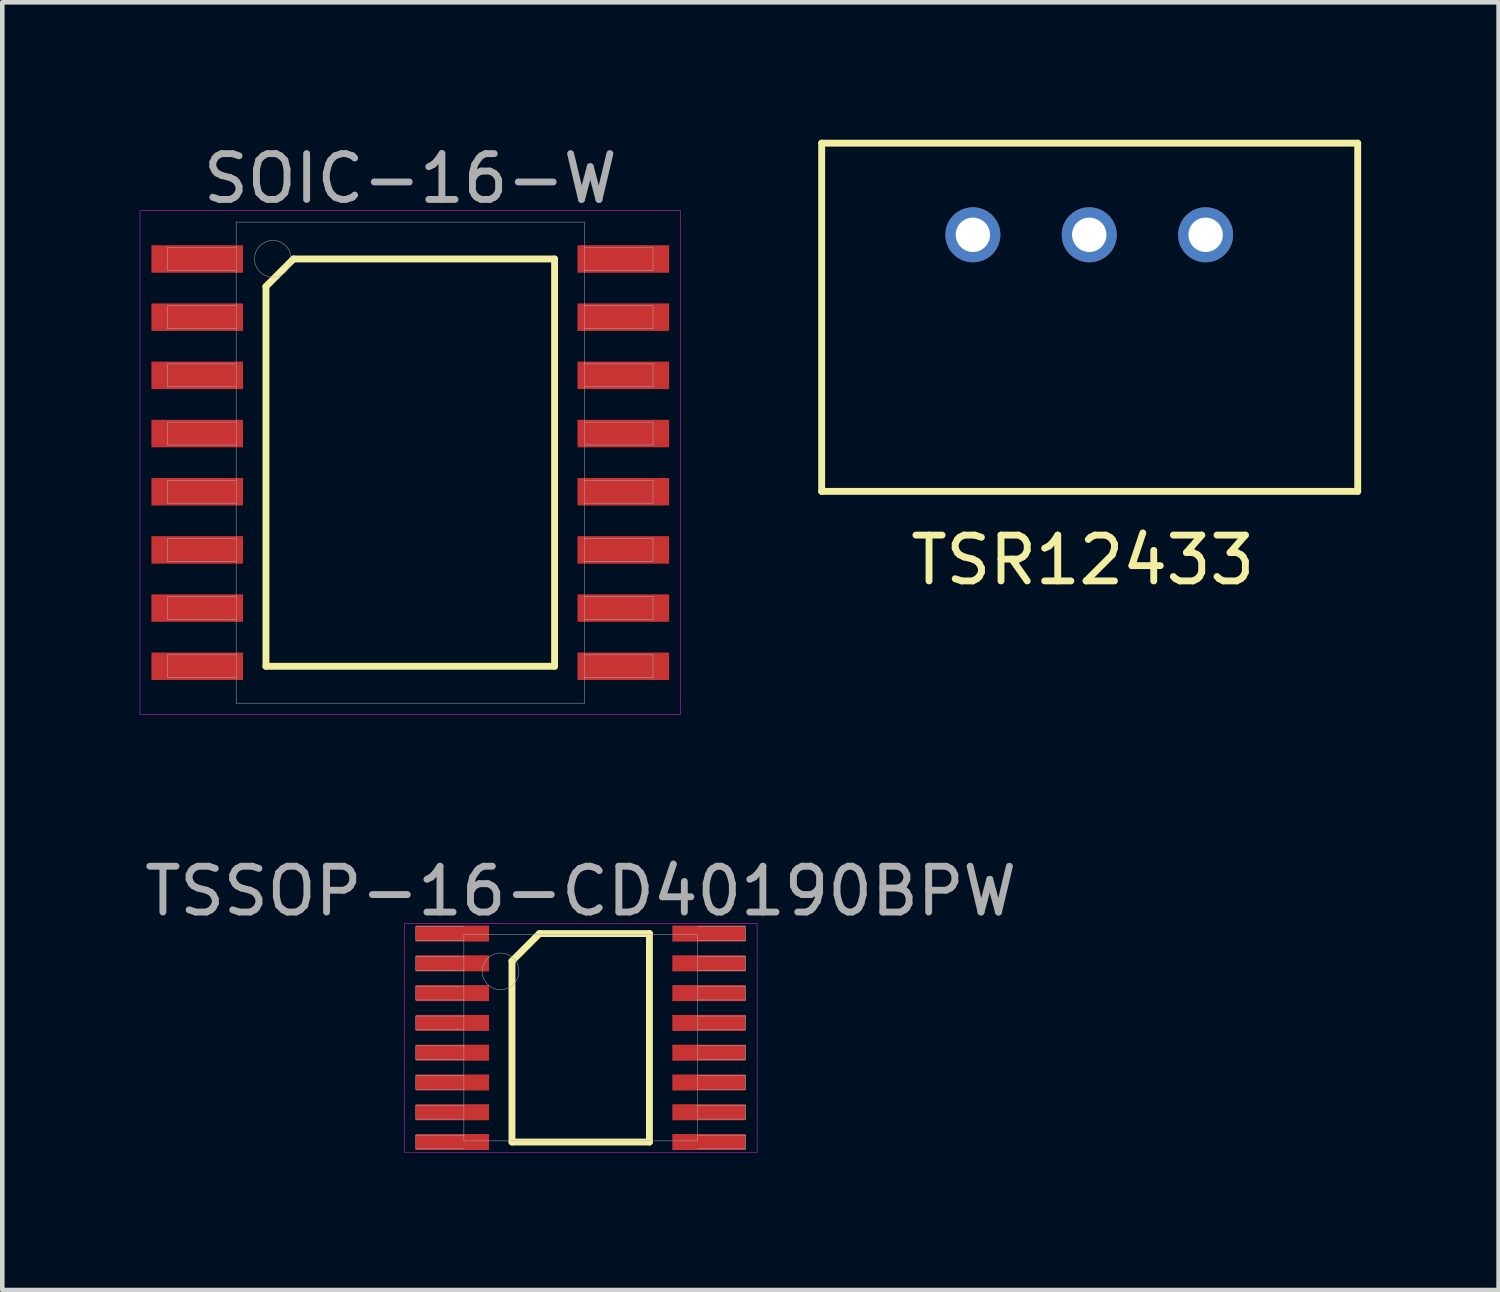
<source format=kicad_pcb>
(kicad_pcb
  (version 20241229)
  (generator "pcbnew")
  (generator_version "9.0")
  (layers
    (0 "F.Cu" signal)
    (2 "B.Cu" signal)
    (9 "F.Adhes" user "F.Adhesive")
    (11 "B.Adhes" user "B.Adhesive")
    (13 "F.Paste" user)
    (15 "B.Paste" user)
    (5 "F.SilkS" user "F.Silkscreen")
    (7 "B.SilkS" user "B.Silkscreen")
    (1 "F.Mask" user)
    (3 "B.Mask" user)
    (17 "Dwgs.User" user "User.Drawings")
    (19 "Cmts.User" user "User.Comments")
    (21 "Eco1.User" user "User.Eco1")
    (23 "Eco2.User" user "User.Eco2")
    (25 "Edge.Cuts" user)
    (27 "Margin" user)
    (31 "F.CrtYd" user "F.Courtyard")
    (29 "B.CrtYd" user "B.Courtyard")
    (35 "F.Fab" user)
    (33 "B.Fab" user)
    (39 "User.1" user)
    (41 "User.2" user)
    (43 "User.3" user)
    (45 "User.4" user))
  (footprint "TSR12433"
    (layer "F.Cu")
    (at 20.585 7.875)
    (property "Reference" "TSR12433" (at 0 1.3 0) (layer "F.SilkS") (effects (font (size 1 1) (thickness 0.15))))
    (attr through_hole)
    (fp_line (start -5.7 -7.8) (end 6 -7.8) (stroke (width 0.15) (type solid)) (layer "F.SilkS"))
    (fp_line (start -5.7 -0.2) (end -5.7 -7.8) (stroke (width 0.15) (type solid)) (layer "F.SilkS"))
    (fp_line (start -5.7 -0.2) (end 6 -0.2) (stroke (width 0.15) (type solid)) (layer "F.SilkS"))
    (fp_line (start 6 -7.8) (end 6 -0.2) (stroke (width 0.15) (type solid)) (layer "F.SilkS"))
    (pad "1" thru_hole circle (at -2.4 -5.8) (size 1.2 1.2) (drill 0.75) (layers "*.Cu" "*.Mask"))
    (pad "2" thru_hole circle (at 0.14 -5.8) (size 1.2 1.2) (drill 0.75) (layers "*.Cu" "*.Mask"))
    (pad "3" thru_hole circle (at 2.68 -5.8) (size 1.2 1.2) (drill 0.75) (layers "*.Cu" "*.Mask")))
  (footprint "TSSOP-16-CD40190BPW"
    (layer "F.Cu")
    (at 9.625 19.602)
    (property "Reference" "TSSOP-16-CD40190BPW" (at 0 -3.2 0) (layer "F.Fab") (effects (font (size 1 1) (thickness 0.15))))
    (attr through_hole)
    (fp_line (start -1.5 -1.675) (end -0.9 -2.275) (stroke (width 0.15) (type solid)) (layer "F.SilkS"))
    (fp_line (start -1.5 2.275) (end -1.5 -1.675) (stroke (width 0.15) (type solid)) (layer "F.SilkS"))
    (fp_line (start -0.9 -2.275) (end 1.5 -2.275) (stroke (width 0.15) (type solid)) (layer "F.SilkS"))
    (fp_line (start 1.5 -2.275) (end 1.5 2.275) (stroke (width 0.15) (type solid)) (layer "F.SilkS"))
    (fp_line (start 1.5 2.275) (end -1.5 2.275) (stroke (width 0.15) (type solid)) (layer "F.SilkS"))
    (fp_line (start -3.85 -2.5) (end 3.85 -2.5) (stroke (width 0.01) (type solid)) (layer "F.CrtYd"))
    (fp_line (start -3.85 2.5) (end -3.85 -2.5) (stroke (width 0.01) (type solid)) (layer "F.CrtYd"))
    (fp_line (start 3.85 -2.5) (end 3.85 2.5) (stroke (width 0.01) (type solid)) (layer "F.CrtYd"))
    (fp_line (start 3.85 2.5) (end -3.85 2.5) (stroke (width 0.01) (type solid)) (layer "F.CrtYd"))
    (fp_line (start -3.6 -2.425) (end -2.55 -2.425) (stroke (width 0.01) (type solid)) (layer "F.Fab"))
    (fp_line (start -3.6 -2.125) (end -3.6 -2.425) (stroke (width 0.01) (type solid)) (layer "F.Fab"))
    (fp_line (start -3.6 -1.775) (end -2.55 -1.775) (stroke (width 0.01) (type solid)) (layer "F.Fab"))
    (fp_line (start -3.6 -1.475) (end -3.6 -1.775) (stroke (width 0.01) (type solid)) (layer "F.Fab"))
    (fp_line (start -3.6 -1.125) (end -2.55 -1.125) (stroke (width 0.01) (type solid)) (layer "F.Fab"))
    (fp_line (start -3.6 -0.825) (end -3.6 -1.125) (stroke (width 0.01) (type solid)) (layer "F.Fab"))
    (fp_line (start -3.6 -0.475) (end -2.55 -0.475) (stroke (width 0.01) (type solid)) (layer "F.Fab"))
    (fp_line (start -3.6 -0.175) (end -3.6 -0.475) (stroke (width 0.01) (type solid)) (layer "F.Fab"))
    (fp_line (start -3.6 0.175) (end -2.55 0.175) (stroke (width 0.01) (type solid)) (layer "F.Fab"))
    (fp_line (start -3.6 0.475) (end -3.6 0.175) (stroke (width 0.01) (type solid)) (layer "F.Fab"))
    (fp_line (start -3.6 0.825) (end -2.55 0.825) (stroke (width 0.01) (type solid)) (layer "F.Fab"))
    (fp_line (start -3.6 1.125) (end -3.6 0.825) (stroke (width 0.01) (type solid)) (layer "F.Fab"))
    (fp_line (start -3.6 1.475) (end -2.55 1.475) (stroke (width 0.01) (type solid)) (layer "F.Fab"))
    (fp_line (start -3.6 1.775) (end -3.6 1.475) (stroke (width 0.01) (type solid)) (layer "F.Fab"))
    (fp_line (start -3.6 2.125) (end -2.55 2.125) (stroke (width 0.01) (type solid)) (layer "F.Fab"))
    (fp_line (start -3.6 2.425) (end -3.6 2.125) (stroke (width 0.01) (type solid)) (layer "F.Fab"))
    (fp_line (start -2.55 -2.25) (end 2.55 -2.25) (stroke (width 0.01) (type solid)) (layer "F.Fab"))
    (fp_line (start -2.55 -2.125) (end -3.6 -2.125) (stroke (width 0.01) (type solid)) (layer "F.Fab"))
    (fp_line (start -2.55 -1.475) (end -3.6 -1.475) (stroke (width 0.01) (type solid)) (layer "F.Fab"))
    (fp_line (start -2.55 -0.825) (end -3.6 -0.825) (stroke (width 0.01) (type solid)) (layer "F.Fab"))
    (fp_line (start -2.55 -0.175) (end -3.6 -0.175) (stroke (width 0.01) (type solid)) (layer "F.Fab"))
    (fp_line (start -2.55 0.475) (end -3.6 0.475) (stroke (width 0.01) (type solid)) (layer "F.Fab"))
    (fp_line (start -2.55 1.125) (end -3.6 1.125) (stroke (width 0.01) (type solid)) (layer "F.Fab"))
    (fp_line (start -2.55 1.775) (end -3.6 1.775) (stroke (width 0.01) (type solid)) (layer "F.Fab"))
    (fp_line (start -2.55 2.25) (end -2.55 -2.25) (stroke (width 0.01) (type solid)) (layer "F.Fab"))
    (fp_line (start -2.55 2.425) (end -3.6 2.425) (stroke (width 0.01) (type solid)) (layer "F.Fab"))
    (fp_line (start 2.55 -2.425) (end 3.6 -2.425) (stroke (width 0.01) (type solid)) (layer "F.Fab"))
    (fp_line (start 2.55 -2.25) (end 2.55 2.25) (stroke (width 0.01) (type solid)) (layer "F.Fab"))
    (fp_line (start 2.55 -1.775) (end 3.6 -1.775) (stroke (width 0.01) (type solid)) (layer "F.Fab"))
    (fp_line (start 2.55 -1.125) (end 3.6 -1.125) (stroke (width 0.01) (type solid)) (layer "F.Fab"))
    (fp_line (start 2.55 -0.475) (end 3.6 -0.475) (stroke (width 0.01) (type solid)) (layer "F.Fab"))
    (fp_line (start 2.55 0.175) (end 3.6 0.175) (stroke (width 0.01) (type solid)) (layer "F.Fab"))
    (fp_line (start 2.55 0.825) (end 3.6 0.825) (stroke (width 0.01) (type solid)) (layer "F.Fab"))
    (fp_line (start 2.55 1.475) (end 3.6 1.475) (stroke (width 0.01) (type solid)) (layer "F.Fab"))
    (fp_line (start 2.55 2.125) (end 3.6 2.125) (stroke (width 0.01) (type solid)) (layer "F.Fab"))
    (fp_line (start 2.55 2.25) (end -2.55 2.25) (stroke (width 0.01) (type solid)) (layer "F.Fab"))
    (fp_line (start 3.6 -2.425) (end 3.6 -2.125) (stroke (width 0.01) (type solid)) (layer "F.Fab"))
    (fp_line (start 3.6 -2.125) (end 2.55 -2.125) (stroke (width 0.01) (type solid)) (layer "F.Fab"))
    (fp_line (start 3.6 -1.775) (end 3.6 -1.475) (stroke (width 0.01) (type solid)) (layer "F.Fab"))
    (fp_line (start 3.6 -1.475) (end 2.55 -1.475) (stroke (width 0.01) (type solid)) (layer "F.Fab"))
    (fp_line (start 3.6 -1.125) (end 3.6 -0.825) (stroke (width 0.01) (type solid)) (layer "F.Fab"))
    (fp_line (start 3.6 -0.825) (end 2.55 -0.825) (stroke (width 0.01) (type solid)) (layer "F.Fab"))
    (fp_line (start 3.6 -0.475) (end 3.6 -0.175) (stroke (width 0.01) (type solid)) (layer "F.Fab"))
    (fp_line (start 3.6 -0.175) (end 2.55 -0.175) (stroke (width 0.01) (type solid)) (layer "F.Fab"))
    (fp_line (start 3.6 0.175) (end 3.6 0.475) (stroke (width 0.01) (type solid)) (layer "F.Fab"))
    (fp_line (start 3.6 0.475) (end 2.55 0.475) (stroke (width 0.01) (type solid)) (layer "F.Fab"))
    (fp_line (start 3.6 0.825) (end 3.6 1.125) (stroke (width 0.01) (type solid)) (layer "F.Fab"))
    (fp_line (start 3.6 1.125) (end 2.55 1.125) (stroke (width 0.01) (type solid)) (layer "F.Fab"))
    (fp_line (start 3.6 1.475) (end 3.6 1.775) (stroke (width 0.01) (type solid)) (layer "F.Fab"))
    (fp_line (start 3.6 1.775) (end 2.55 1.775) (stroke (width 0.01) (type solid)) (layer "F.Fab"))
    (fp_line (start 3.6 2.125) (end 3.6 2.425) (stroke (width 0.01) (type solid)) (layer "F.Fab"))
    (fp_line (start 3.6 2.425) (end 2.55 2.425) (stroke (width 0.01) (type solid)) (layer "F.Fab"))
    (fp_circle (center -1.75 -1.45) (end -1.75 -1.05) (stroke (width 0.01) (type solid)) (fill no) (layer "F.Fab"))
    (pad "1" smd rect (at -2.8 -2.275) (size 1.6 0.35) (layers "F.Cu" "F.Mask" "F.Paste"))
    (pad "2" smd rect (at -2.8 -1.625) (size 1.6 0.35) (layers "F.Cu" "F.Mask" "F.Paste"))
    (pad "3" smd rect (at -2.8 -0.975) (size 1.6 0.35) (layers "F.Cu" "F.Mask" "F.Paste"))
    (pad "4" smd rect (at -2.8 -0.325) (size 1.6 0.35) (layers "F.Cu" "F.Mask" "F.Paste"))
    (pad "5" smd rect (at -2.8 0.325) (size 1.6 0.35) (layers "F.Cu" "F.Mask" "F.Paste"))
    (pad "6" smd rect (at -2.8 0.975) (size 1.6 0.35) (layers "F.Cu" "F.Mask" "F.Paste"))
    (pad "7" smd rect (at -2.8 1.625) (size 1.6 0.35) (layers "F.Cu" "F.Mask" "F.Paste"))
    (pad "8" smd rect (at -2.8 2.275) (size 1.6 0.35) (layers "F.Cu" "F.Mask" "F.Paste"))
    (pad "9" smd rect (at 2.8 2.275) (size 1.6 0.35) (layers "F.Cu" "F.Mask" "F.Paste"))
    (pad "10" smd rect (at 2.8 1.625) (size 1.6 0.35) (layers "F.Cu" "F.Mask" "F.Paste"))
    (pad "11" smd rect (at 2.8 0.975) (size 1.6 0.35) (layers "F.Cu" "F.Mask" "F.Paste"))
    (pad "12" smd rect (at 2.8 0.325) (size 1.6 0.35) (layers "F.Cu" "F.Mask" "F.Paste"))
    (pad "13" smd rect (at 2.8 -0.325) (size 1.6 0.35) (layers "F.Cu" "F.Mask" "F.Paste"))
    (pad "14" smd rect (at 2.8 -0.975) (size 1.6 0.35) (layers "F.Cu" "F.Mask" "F.Paste"))
    (pad "15" smd rect (at 2.8 -1.625) (size 1.6 0.35) (layers "F.Cu" "F.Mask" "F.Paste"))
    (pad "16" smd rect (at 2.8 -2.275) (size 1.6 0.35) (layers "F.Cu" "F.Mask" "F.Paste")))
  (footprint "SOIC-16-W"
    (layer "F.Cu")
    (at 5.905 7.048)
    (property "Reference" "SOIC-16-W" (at 0 -6.2 0) (layer "F.Fab") (effects (font (size 1 1) (thickness 0.15))))
    (attr through_hole)
    (fp_line (start -3.15 -3.845) (end -2.55 -4.445) (stroke (width 0.15) (type solid)) (layer "F.SilkS"))
    (fp_line (start -3.15 4.445) (end -3.15 -3.845) (stroke (width 0.15) (type solid)) (layer "F.SilkS"))
    (fp_line (start -2.55 -4.445) (end 3.15 -4.445) (stroke (width 0.15) (type solid)) (layer "F.SilkS"))
    (fp_line (start 3.15 -4.445) (end 3.15 4.445) (stroke (width 0.15) (type solid)) (layer "F.SilkS"))
    (fp_line (start 3.15 4.445) (end -3.15 4.445) (stroke (width 0.15) (type solid)) (layer "F.SilkS"))
    (fp_line (start -5.9 -5.5) (end 5.9 -5.5) (stroke (width 0.01) (type solid)) (layer "F.CrtYd"))
    (fp_line (start -5.9 5.5) (end -5.9 -5.5) (stroke (width 0.01) (type solid)) (layer "F.CrtYd"))
    (fp_line (start 5.9 -5.5) (end 5.9 5.5) (stroke (width 0.01) (type solid)) (layer "F.CrtYd"))
    (fp_line (start 5.9 5.5) (end -5.9 5.5) (stroke (width 0.01) (type solid)) (layer "F.CrtYd"))
    (fp_line (start -5.3 -4.695) (end -3.8 -4.695) (stroke (width 0.01) (type solid)) (layer "F.Fab"))
    (fp_line (start -5.3 -4.195) (end -5.3 -4.695) (stroke (width 0.01) (type solid)) (layer "F.Fab"))
    (fp_line (start -5.3 -3.425) (end -3.8 -3.425) (stroke (width 0.01) (type solid)) (layer "F.Fab"))
    (fp_line (start -5.3 -2.925) (end -5.3 -3.425) (stroke (width 0.01) (type solid)) (layer "F.Fab"))
    (fp_line (start -5.3 -2.155) (end -3.8 -2.155) (stroke (width 0.01) (type solid)) (layer "F.Fab"))
    (fp_line (start -5.3 -1.655) (end -5.3 -2.155) (stroke (width 0.01) (type solid)) (layer "F.Fab"))
    (fp_line (start -5.3 -0.885) (end -3.8 -0.885) (stroke (width 0.01) (type solid)) (layer "F.Fab"))
    (fp_line (start -5.3 -0.385) (end -5.3 -0.885) (stroke (width 0.01) (type solid)) (layer "F.Fab"))
    (fp_line (start -5.3 0.385) (end -3.8 0.385) (stroke (width 0.01) (type solid)) (layer "F.Fab"))
    (fp_line (start -5.3 0.885) (end -5.3 0.385) (stroke (width 0.01) (type solid)) (layer "F.Fab"))
    (fp_line (start -5.3 1.655) (end -3.8 1.655) (stroke (width 0.01) (type solid)) (layer "F.Fab"))
    (fp_line (start -5.3 2.155) (end -5.3 1.655) (stroke (width 0.01) (type solid)) (layer "F.Fab"))
    (fp_line (start -5.3 2.925) (end -3.8 2.925) (stroke (width 0.01) (type solid)) (layer "F.Fab"))
    (fp_line (start -5.3 3.425) (end -5.3 2.925) (stroke (width 0.01) (type solid)) (layer "F.Fab"))
    (fp_line (start -5.3 4.195) (end -3.8 4.195) (stroke (width 0.01) (type solid)) (layer "F.Fab"))
    (fp_line (start -5.3 4.695) (end -5.3 4.195) (stroke (width 0.01) (type solid)) (layer "F.Fab"))
    (fp_line (start -3.8 -5.25) (end 3.8 -5.25) (stroke (width 0.01) (type solid)) (layer "F.Fab"))
    (fp_line (start -3.8 -4.195) (end -5.3 -4.195) (stroke (width 0.01) (type solid)) (layer "F.Fab"))
    (fp_line (start -3.8 -2.925) (end -5.3 -2.925) (stroke (width 0.01) (type solid)) (layer "F.Fab"))
    (fp_line (start -3.8 -1.655) (end -5.3 -1.655) (stroke (width 0.01) (type solid)) (layer "F.Fab"))
    (fp_line (start -3.8 -0.385) (end -5.3 -0.385) (stroke (width 0.01) (type solid)) (layer "F.Fab"))
    (fp_line (start -3.8 0.885) (end -5.3 0.885) (stroke (width 0.01) (type solid)) (layer "F.Fab"))
    (fp_line (start -3.8 2.155) (end -5.3 2.155) (stroke (width 0.01) (type solid)) (layer "F.Fab"))
    (fp_line (start -3.8 3.425) (end -5.3 3.425) (stroke (width 0.01) (type solid)) (layer "F.Fab"))
    (fp_line (start -3.8 4.695) (end -5.3 4.695) (stroke (width 0.01) (type solid)) (layer "F.Fab"))
    (fp_line (start -3.8 5.25) (end -3.8 -5.25) (stroke (width 0.01) (type solid)) (layer "F.Fab"))
    (fp_line (start 3.8 -5.25) (end 3.8 5.25) (stroke (width 0.01) (type solid)) (layer "F.Fab"))
    (fp_line (start 3.8 -4.695) (end 5.3 -4.695) (stroke (width 0.01) (type solid)) (layer "F.Fab"))
    (fp_line (start 3.8 -3.425) (end 5.3 -3.425) (stroke (width 0.01) (type solid)) (layer "F.Fab"))
    (fp_line (start 3.8 -2.155) (end 5.3 -2.155) (stroke (width 0.01) (type solid)) (layer "F.Fab"))
    (fp_line (start 3.8 -0.885) (end 5.3 -0.885) (stroke (width 0.01) (type solid)) (layer "F.Fab"))
    (fp_line (start 3.8 0.385) (end 5.3 0.385) (stroke (width 0.01) (type solid)) (layer "F.Fab"))
    (fp_line (start 3.8 1.655) (end 5.3 1.655) (stroke (width 0.01) (type solid)) (layer "F.Fab"))
    (fp_line (start 3.8 2.925) (end 5.3 2.925) (stroke (width 0.01) (type solid)) (layer "F.Fab"))
    (fp_line (start 3.8 4.195) (end 5.3 4.195) (stroke (width 0.01) (type solid)) (layer "F.Fab"))
    (fp_line (start 3.8 5.25) (end -3.8 5.25) (stroke (width 0.01) (type solid)) (layer "F.Fab"))
    (fp_line (start 5.3 -4.695) (end 5.3 -4.195) (stroke (width 0.01) (type solid)) (layer "F.Fab"))
    (fp_line (start 5.3 -4.195) (end 3.8 -4.195) (stroke (width 0.01) (type solid)) (layer "F.Fab"))
    (fp_line (start 5.3 -3.425) (end 5.3 -2.925) (stroke (width 0.01) (type solid)) (layer "F.Fab"))
    (fp_line (start 5.3 -2.925) (end 3.8 -2.925) (stroke (width 0.01) (type solid)) (layer "F.Fab"))
    (fp_line (start 5.3 -2.155) (end 5.3 -1.655) (stroke (width 0.01) (type solid)) (layer "F.Fab"))
    (fp_line (start 5.3 -1.655) (end 3.8 -1.655) (stroke (width 0.01) (type solid)) (layer "F.Fab"))
    (fp_line (start 5.3 -0.885) (end 5.3 -0.385) (stroke (width 0.01) (type solid)) (layer "F.Fab"))
    (fp_line (start 5.3 -0.385) (end 3.8 -0.385) (stroke (width 0.01) (type solid)) (layer "F.Fab"))
    (fp_line (start 5.3 0.385) (end 5.3 0.885) (stroke (width 0.01) (type solid)) (layer "F.Fab"))
    (fp_line (start 5.3 0.885) (end 3.8 0.885) (stroke (width 0.01) (type solid)) (layer "F.Fab"))
    (fp_line (start 5.3 1.655) (end 5.3 2.155) (stroke (width 0.01) (type solid)) (layer "F.Fab"))
    (fp_line (start 5.3 2.155) (end 3.8 2.155) (stroke (width 0.01) (type solid)) (layer "F.Fab"))
    (fp_line (start 5.3 2.925) (end 5.3 3.425) (stroke (width 0.01) (type solid)) (layer "F.Fab"))
    (fp_line (start 5.3 3.425) (end 3.8 3.425) (stroke (width 0.01) (type solid)) (layer "F.Fab"))
    (fp_line (start 5.3 4.195) (end 5.3 4.695) (stroke (width 0.01) (type solid)) (layer "F.Fab"))
    (fp_line (start 5.3 4.695) (end 3.8 4.695) (stroke (width 0.01) (type solid)) (layer "F.Fab"))
    (fp_circle (center -3 -4.45) (end -3 -4.05) (stroke (width 0.01) (type solid)) (fill no) (layer "F.Fab"))
    (pad "1" smd rect (at -4.65 -4.445) (size 2 0.6) (layers "F.Cu" "F.Mask" "F.Paste"))
    (pad "2" smd rect (at -4.65 -3.175) (size 2 0.6) (layers "F.Cu" "F.Mask" "F.Paste"))
    (pad "3" smd rect (at -4.65 -1.905) (size 2 0.6) (layers "F.Cu" "F.Mask" "F.Paste"))
    (pad "4" smd rect (at -4.65 -0.635) (size 2 0.6) (layers "F.Cu" "F.Mask" "F.Paste"))
    (pad "5" smd rect (at -4.65 0.635) (size 2 0.6) (layers "F.Cu" "F.Mask" "F.Paste"))
    (pad "6" smd rect (at -4.65 1.905) (size 2 0.6) (layers "F.Cu" "F.Mask" "F.Paste"))
    (pad "7" smd rect (at -4.65 3.175) (size 2 0.6) (layers "F.Cu" "F.Mask" "F.Paste"))
    (pad "8" smd rect (at -4.65 4.445) (size 2 0.6) (layers "F.Cu" "F.Mask" "F.Paste"))
    (pad "9" smd rect (at 4.65 4.445) (size 2 0.6) (layers "F.Cu" "F.Mask" "F.Paste"))
    (pad "10" smd rect (at 4.65 3.175) (size 2 0.6) (layers "F.Cu" "F.Mask" "F.Paste"))
    (pad "11" smd rect (at 4.65 1.905) (size 2 0.6) (layers "F.Cu" "F.Mask" "F.Paste"))
    (pad "12" smd rect (at 4.65 0.635) (size 2 0.6) (layers "F.Cu" "F.Mask" "F.Paste"))
    (pad "13" smd rect (at 4.65 -0.635) (size 2 0.6) (layers "F.Cu" "F.Mask" "F.Paste"))
    (pad "14" smd rect (at 4.65 -1.905) (size 2 0.6) (layers "F.Cu" "F.Mask" "F.Paste"))
    (pad "15" smd rect (at 4.65 -3.175) (size 2 0.6) (layers "F.Cu" "F.Mask" "F.Paste"))
    (pad "16" smd rect (at 4.65 -4.445) (size 2 0.6) (layers "F.Cu" "F.Mask" "F.Paste")))
  (gr_rect
    (start -3 -3)
    (end 29.66 25.107)
    (stroke (width 0.1) (type default))
    (fill no)
    (layer "Edge.Cuts")))
</source>
